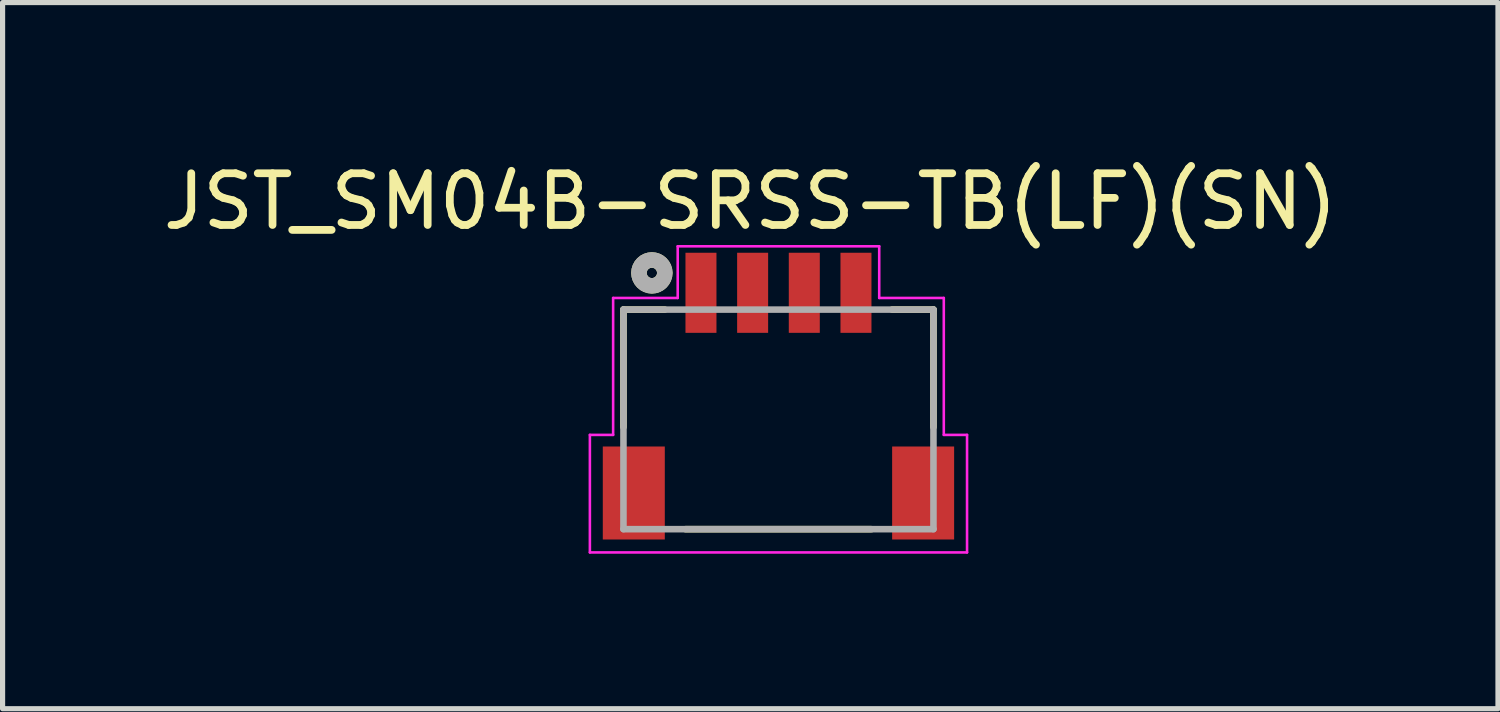
<source format=kicad_pcb>
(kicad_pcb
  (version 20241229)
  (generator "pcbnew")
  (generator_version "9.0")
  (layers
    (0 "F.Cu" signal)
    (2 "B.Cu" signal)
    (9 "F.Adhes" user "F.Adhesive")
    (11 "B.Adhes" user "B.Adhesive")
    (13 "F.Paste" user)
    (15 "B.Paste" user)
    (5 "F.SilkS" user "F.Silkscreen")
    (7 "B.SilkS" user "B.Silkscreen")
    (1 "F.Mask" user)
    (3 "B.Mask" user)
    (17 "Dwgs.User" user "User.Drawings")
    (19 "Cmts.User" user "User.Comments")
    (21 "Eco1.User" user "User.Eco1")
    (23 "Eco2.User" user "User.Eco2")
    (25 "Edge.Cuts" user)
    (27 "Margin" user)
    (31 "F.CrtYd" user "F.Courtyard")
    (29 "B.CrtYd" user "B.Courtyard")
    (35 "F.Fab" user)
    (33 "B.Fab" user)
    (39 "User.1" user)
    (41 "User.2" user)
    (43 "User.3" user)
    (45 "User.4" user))
  (footprint "JST_SM04B-SRSS-TB(LF)(SN)"
    (layer "F.Cu")
    (at 12.017 2.617)
    (property "Reference" "JST_SM04B-SRSS-TB(LF)(SN)" (at -0.545 -1.768 0) (layer "F.SilkS") (effects (font (size 1.001 1.001) (thickness 0.15))))
    (attr through_hole)
    (fp_line (start -3 0.325) (end -3 2.6) (stroke (width 0.127) (type solid)) (layer "F.SilkS"))
    (fp_line (start -2.2 0.325) (end -3 0.325) (stroke (width 0.127) (type solid)) (layer "F.SilkS"))
    (fp_line (start -1.8 4.575) (end 1.8 4.575) (stroke (width 0.127) (type solid)) (layer "F.SilkS"))
    (fp_line (start 2.2 0.325) (end 3 0.325) (stroke (width 0.127) (type solid)) (layer "F.SilkS"))
    (fp_line (start 3 0.325) (end 3 2.6) (stroke (width 0.127) (type solid)) (layer "F.SilkS"))
    (fp_circle (center -2.45 -0.385) (end -2.35 -0.385) (stroke (width 0.3) (type solid)) (fill no) (layer "F.SilkS"))
    (fp_line (start -3.65 2.75) (end -3.2 2.75) (stroke (width 0.05) (type solid)) (layer "F.CrtYd"))
    (fp_line (start -3.65 5.025) (end -3.65 2.75) (stroke (width 0.05) (type solid)) (layer "F.CrtYd"))
    (fp_line (start -3.2 0.1) (end -1.95 0.1) (stroke (width 0.05) (type solid)) (layer "F.CrtYd"))
    (fp_line (start -3.2 2.75) (end -3.2 0.1) (stroke (width 0.05) (type solid)) (layer "F.CrtYd"))
    (fp_line (start -1.95 -0.9) (end 1.95 -0.9) (stroke (width 0.05) (type solid)) (layer "F.CrtYd"))
    (fp_line (start -1.95 0.1) (end -1.95 -0.9) (stroke (width 0.05) (type solid)) (layer "F.CrtYd"))
    (fp_line (start 1.95 -0.9) (end 1.95 0.1) (stroke (width 0.05) (type solid)) (layer "F.CrtYd"))
    (fp_line (start 1.95 0.1) (end 3.2 0.1) (stroke (width 0.05) (type solid)) (layer "F.CrtYd"))
    (fp_line (start 3.2 0.1) (end 3.2 2.75) (stroke (width 0.05) (type solid)) (layer "F.CrtYd"))
    (fp_line (start 3.65 2.75) (end 3.2 2.75) (stroke (width 0.05) (type solid)) (layer "F.CrtYd"))
    (fp_line (start 3.65 2.75) (end 3.65 5.025) (stroke (width 0.05) (type solid)) (layer "F.CrtYd"))
    (fp_line (start 3.65 5.025) (end -3.65 5.025) (stroke (width 0.05) (type solid)) (layer "F.CrtYd"))
    (fp_line (start -3 0.325) (end 3 0.325) (stroke (width 0.127) (type solid)) (layer "F.Fab"))
    (fp_line (start -3 4.575) (end -3 0.325) (stroke (width 0.127) (type solid)) (layer "F.Fab"))
    (fp_line (start 3 0.325) (end 3 4.575) (stroke (width 0.127) (type solid)) (layer "F.Fab"))
    (fp_line (start 3 4.575) (end -3 4.575) (stroke (width 0.127) (type solid)) (layer "F.Fab"))
    (fp_circle (center -2.45 -0.385) (end -2.35 -0.385) (stroke (width 0.3) (type solid)) (fill no) (layer "F.Fab"))
    (pad "1" smd rect (at -1.5 0) (size 0.6 1.55) (layers "F.Cu" "F.Mask" "F.Paste"))
    (pad "2" smd rect (at -0.5 0) (size 0.6 1.55) (layers "F.Cu" "F.Mask" "F.Paste"))
    (pad "3" smd rect (at 0.5 0) (size 0.6 1.55) (layers "F.Cu" "F.Mask" "F.Paste"))
    (pad "4" smd rect (at 1.5 0) (size 0.6 1.55) (layers "F.Cu" "F.Mask" "F.Paste"))
    (pad "S1" smd rect (at -2.8 3.875 180) (size 1.2 1.8) (layers "F.Cu" "F.Mask" "F.Paste"))
    (pad "S2" smd rect (at 2.8 3.875 180) (size 1.2 1.8) (layers "F.Cu" "F.Mask" "F.Paste")))
  (gr_rect
    (start -3 -3)
    (end 25.943 10.667)
    (stroke (width 0.1) (type default))
    (fill no)
    (layer "Edge.Cuts")))
</source>
